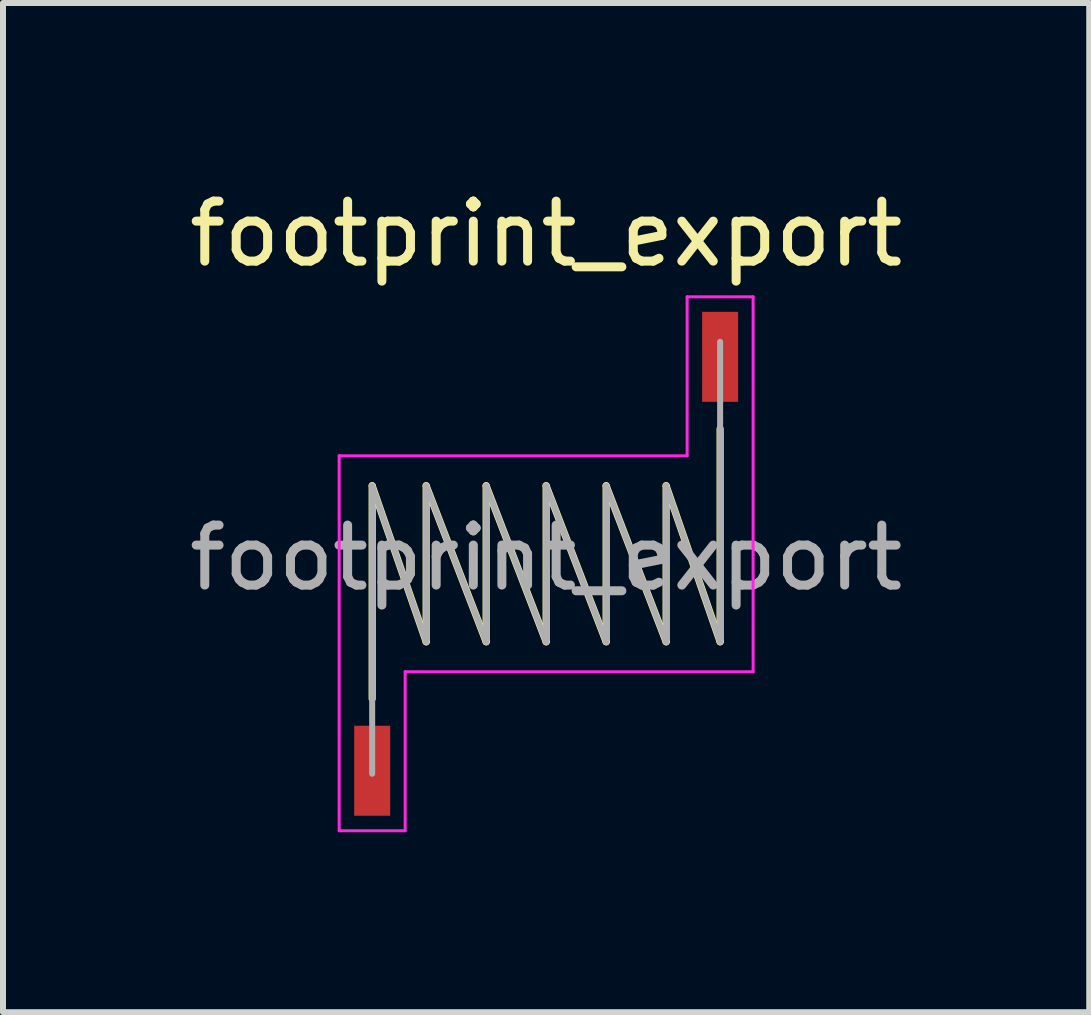
<source format=kicad_pcb>
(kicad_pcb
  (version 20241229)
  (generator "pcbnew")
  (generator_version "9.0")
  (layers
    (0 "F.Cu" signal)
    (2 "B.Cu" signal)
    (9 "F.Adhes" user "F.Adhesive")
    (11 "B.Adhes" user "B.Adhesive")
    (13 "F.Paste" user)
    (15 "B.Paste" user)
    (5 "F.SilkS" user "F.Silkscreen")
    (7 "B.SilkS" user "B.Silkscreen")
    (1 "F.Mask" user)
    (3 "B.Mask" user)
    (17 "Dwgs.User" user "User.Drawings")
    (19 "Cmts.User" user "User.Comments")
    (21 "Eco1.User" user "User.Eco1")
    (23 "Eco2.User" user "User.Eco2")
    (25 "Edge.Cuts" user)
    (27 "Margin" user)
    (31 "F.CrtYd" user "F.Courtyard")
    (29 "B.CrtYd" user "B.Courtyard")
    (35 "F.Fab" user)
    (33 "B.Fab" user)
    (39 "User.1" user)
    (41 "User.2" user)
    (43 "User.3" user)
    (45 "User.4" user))
  (footprint "footprint_export"
    (layer "F.Cu")
    (at 6.054 6.348)
    (property "Reference" "footprint_export" (at 0 -5.5 0) (layer "F.SilkS") (effects (font (size 1 1) (thickness 0.15))))
    (attr smd)
    (fp_line (start -2.9 -1.3) (end -2.9 2.25) (stroke (width 0.12) (type solid)) (layer "F.SilkS"))
    (fp_line (start -2.9 -1.3) (end -2 1.3) (stroke (width 0.12) (type solid)) (layer "F.SilkS"))
    (fp_line (start -2 -1.3) (end -2 1.3) (stroke (width 0.12) (type solid)) (layer "F.SilkS"))
    (fp_line (start -2 -1.3) (end -1 1.3) (stroke (width 0.12) (type solid)) (layer "F.SilkS"))
    (fp_line (start -1 -1.3) (end -1 1.3) (stroke (width 0.12) (type solid)) (layer "F.SilkS"))
    (fp_line (start -1 -1.3) (end 0 1.3) (stroke (width 0.12) (type solid)) (layer "F.SilkS"))
    (fp_line (start 0 -1.3) (end 0 1.3) (stroke (width 0.12) (type solid)) (layer "F.SilkS"))
    (fp_line (start 0 -1.3) (end 1 1.3) (stroke (width 0.12) (type solid)) (layer "F.SilkS"))
    (fp_line (start 1 -1.3) (end 1 1.3) (stroke (width 0.12) (type solid)) (layer "F.SilkS"))
    (fp_line (start 1 -1.3) (end 2 1.3) (stroke (width 0.12) (type solid)) (layer "F.SilkS"))
    (fp_line (start 2 -1.3) (end 2 1.3) (stroke (width 0.12) (type solid)) (layer "F.SilkS"))
    (fp_line (start 2 -1.3) (end 2.9 1.3) (stroke (width 0.12) (type solid)) (layer "F.SilkS"))
    (fp_line (start 2.9 1.3) (end 2.9 -2.25) (stroke (width 0.12) (type solid)) (layer "F.SilkS"))
    (fp_line (start -3.45 -1.8) (end -3.45 4.45) (stroke (width 0.05) (type solid)) (layer "F.CrtYd"))
    (fp_line (start -3.45 4.45) (end -2.35 4.45) (stroke (width 0.05) (type solid)) (layer "F.CrtYd"))
    (fp_line (start -2.35 1.8) (end 3.45 1.8) (stroke (width 0.05) (type solid)) (layer "F.CrtYd"))
    (fp_line (start -2.35 4.45) (end -2.35 1.8) (stroke (width 0.05) (type solid)) (layer "F.CrtYd"))
    (fp_line (start 2.35 -4.45) (end 2.35 -1.8) (stroke (width 0.05) (type solid)) (layer "F.CrtYd"))
    (fp_line (start 2.35 -1.8) (end -3.45 -1.8) (stroke (width 0.05) (type solid)) (layer "F.CrtYd"))
    (fp_line (start 3.45 -4.45) (end 2.35 -4.45) (stroke (width 0.05) (type solid)) (layer "F.CrtYd"))
    (fp_line (start 3.45 1.8) (end 3.45 -4.45) (stroke (width 0.05) (type solid)) (layer "F.CrtYd"))
    (fp_line (start -2.9 -1.3) (end -2 1.3) (stroke (width 0.1) (type solid)) (layer "F.Fab"))
    (fp_line (start -2.9 3.5) (end -2.9 -1.3) (stroke (width 0.1) (type solid)) (layer "F.Fab"))
    (fp_line (start -2 -1.3) (end -1 1.3) (stroke (width 0.1) (type solid)) (layer "F.Fab"))
    (fp_line (start -2 1.3) (end -2 -1.3) (stroke (width 0.1) (type solid)) (layer "F.Fab"))
    (fp_line (start -1 -1.3) (end 0 1.3) (stroke (width 0.1) (type solid)) (layer "F.Fab"))
    (fp_line (start -1 1.3) (end -1 -1.3) (stroke (width 0.1) (type solid)) (layer "F.Fab"))
    (fp_line (start 0 -1.3) (end 1 1.3) (stroke (width 0.1) (type solid)) (layer "F.Fab"))
    (fp_line (start 0 1.3) (end 0 -1.3) (stroke (width 0.1) (type solid)) (layer "F.Fab"))
    (fp_line (start 1 -1.3) (end 2 1.3) (stroke (width 0.1) (type solid)) (layer "F.Fab"))
    (fp_line (start 1 1.3) (end 1 -1.3) (stroke (width 0.1) (type solid)) (layer "F.Fab"))
    (fp_line (start 2 -1.3) (end 2.9 1.3) (stroke (width 0.1) (type solid)) (layer "F.Fab"))
    (fp_line (start 2 1.3) (end 2 -1.3) (stroke (width 0.1) (type solid)) (layer "F.Fab"))
    (fp_line (start 2.9 1.3) (end 2.9 -3.7) (stroke (width 0.1) (type solid)) (layer "F.Fab"))
    (fp_text user "${REFERENCE}" (at 0 -0.1 0) (layer "F.Fab") (effects (font (size 1 1) (thickness 0.15))))
    (pad "1" smd rect (at -2.9 3.45) (size 0.6 1.5) (layers "F.Cu" "F.Mask" "F.Paste"))
    (pad "2" smd rect (at 2.9 -3.45) (size 0.6 1.5) (layers "F.Cu" "F.Mask" "F.Paste")))
  (gr_rect
    (start -3 -3)
    (end 15.107 13.823)
    (stroke (width 0.1) (type default))
    (fill no)
    (layer "Edge.Cuts")))
</source>
